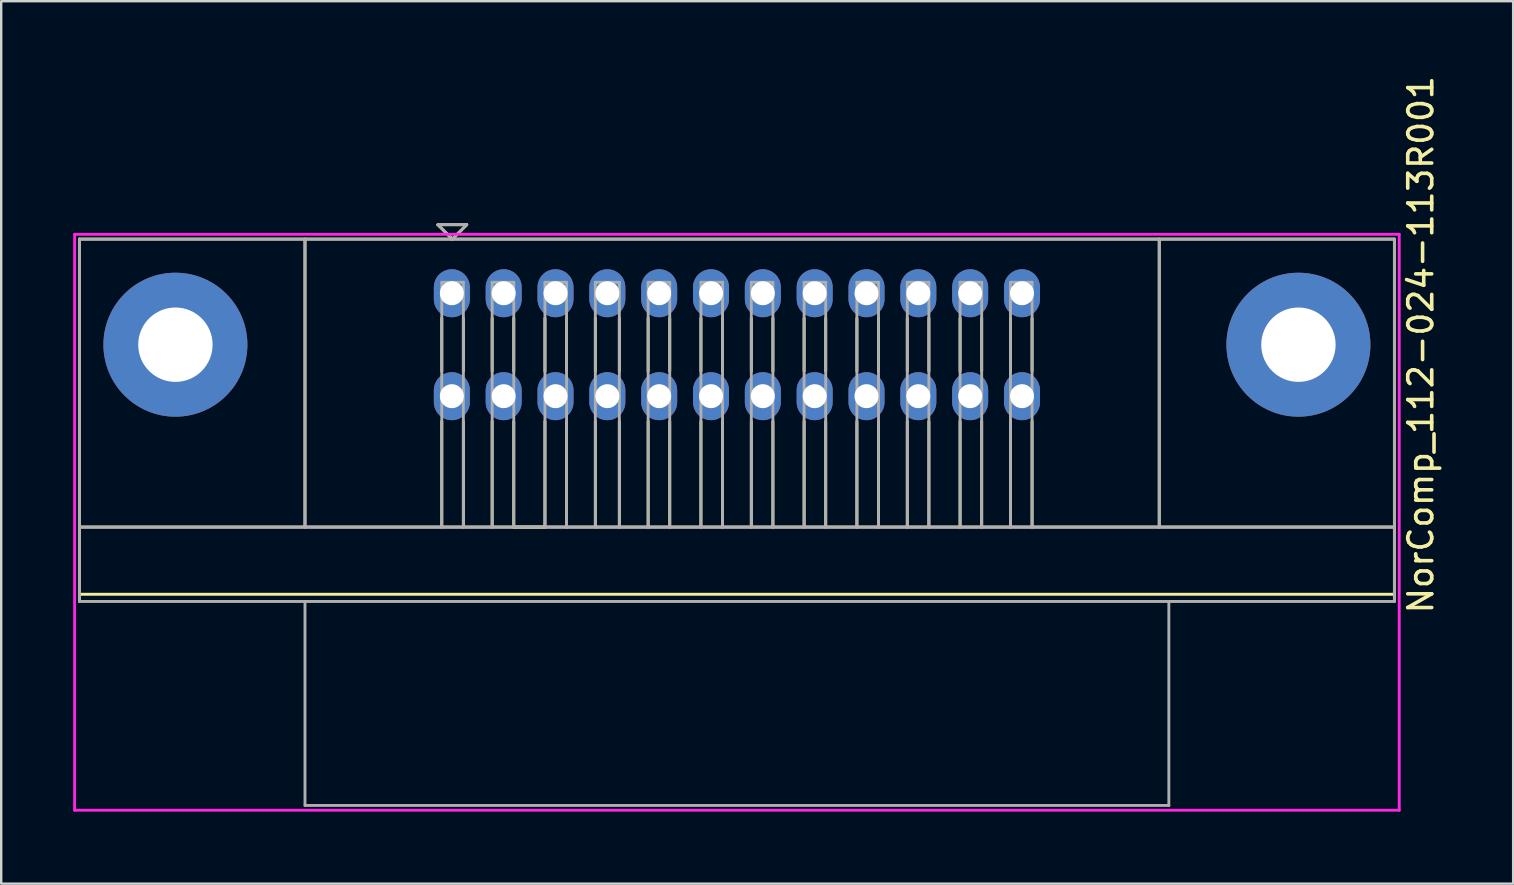
<source format=kicad_pcb>
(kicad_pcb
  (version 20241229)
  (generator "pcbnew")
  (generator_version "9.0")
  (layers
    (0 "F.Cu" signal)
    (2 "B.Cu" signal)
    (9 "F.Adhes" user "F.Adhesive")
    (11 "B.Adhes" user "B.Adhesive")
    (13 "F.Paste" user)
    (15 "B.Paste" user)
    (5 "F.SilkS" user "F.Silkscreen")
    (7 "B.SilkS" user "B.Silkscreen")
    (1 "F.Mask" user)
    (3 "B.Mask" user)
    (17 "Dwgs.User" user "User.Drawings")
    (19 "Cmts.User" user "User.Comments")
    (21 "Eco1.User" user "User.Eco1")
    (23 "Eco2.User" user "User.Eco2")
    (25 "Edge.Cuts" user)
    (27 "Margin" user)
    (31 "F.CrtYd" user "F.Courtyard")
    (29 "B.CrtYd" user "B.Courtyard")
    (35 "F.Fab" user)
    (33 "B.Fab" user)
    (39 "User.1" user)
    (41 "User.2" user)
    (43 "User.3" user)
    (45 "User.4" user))
  (footprint "NorComp_112-024-113R001"
    (layer "F.Cu")
    (at 27.66 11.315)
    (property "Reference" "NorComp_112-024-113R001" (at 28.5 0 90) (layer "F.SilkS") (effects (font (size 1 1) (thickness 0.15))))
    (attr through_hole)
    (fp_line (start -27.4 -4.4) (end 27.4 -4.4) (stroke (width 0.12) (type solid)) (layer "F.SilkS"))
    (fp_line (start -27.4 7.6) (end 27.4 7.6) (stroke (width 0.12) (type solid)) (layer "F.SilkS"))
    (fp_line (start -27.4 10.4) (end 27.4 10.4) (stroke (width 0.12) (type solid)) (layer "F.SilkS"))
    (fp_line (start -27.4 10.7) (end -27.4 -4.4) (stroke (width 0.12) (type solid)) (layer "F.SilkS"))
    (fp_line (start -18 7.6) (end -18 -4.4) (stroke (width 0.12) (type solid)) (layer "F.SilkS"))
    (fp_line (start -12.46 -5) (end -11.26 -5) (stroke (width 0.12) (type solid)) (layer "F.SilkS"))
    (fp_line (start -12.3 -1.1) (end -12.3 1.1) (stroke (width 0.12) (type solid)) (layer "F.SilkS"))
    (fp_line (start -12.3 7.6) (end -12.3 3.2) (stroke (width 0.12) (type solid)) (layer "F.SilkS"))
    (fp_line (start -11.86 -4.4) (end -12.46 -5) (stroke (width 0.12) (type solid)) (layer "F.SilkS"))
    (fp_line (start -11.4 1.1) (end -11.4 -1.1) (stroke (width 0.12) (type solid)) (layer "F.SilkS"))
    (fp_line (start -11.4 3.2) (end -11.4 7.6) (stroke (width 0.12) (type solid)) (layer "F.SilkS"))
    (fp_line (start -11.26 -5) (end -11.86 -4.4) (stroke (width 0.12) (type solid)) (layer "F.SilkS"))
    (fp_line (start -10.2 -1.1) (end -10.2 1.1) (stroke (width 0.12) (type solid)) (layer "F.SilkS"))
    (fp_line (start -10.2 7.6) (end -10.2 3.2) (stroke (width 0.12) (type solid)) (layer "F.SilkS"))
    (fp_line (start -9.3 1.1) (end -9.3 -1.1) (stroke (width 0.12) (type solid)) (layer "F.SilkS"))
    (fp_line (start -9.3 3.2) (end -9.3 7.6) (stroke (width 0.12) (type solid)) (layer "F.SilkS"))
    (fp_line (start -9.3 7.6) (end -8 7.6) (stroke (width 0.12) (type solid)) (layer "F.SilkS"))
    (fp_line (start -8 -1.1) (end -8 1.1) (stroke (width 0.12) (type solid)) (layer "F.SilkS"))
    (fp_line (start -8 7.6) (end -8 3.2) (stroke (width 0.12) (type solid)) (layer "F.SilkS"))
    (fp_line (start -7.1 1.1) (end -7.1 -1.1) (stroke (width 0.12) (type solid)) (layer "F.SilkS"))
    (fp_line (start -7.1 3.2) (end -7.1 7.6) (stroke (width 0.12) (type solid)) (layer "F.SilkS"))
    (fp_line (start -5.9 -1.1) (end -5.9 1.1) (stroke (width 0.12) (type solid)) (layer "F.SilkS"))
    (fp_line (start -5.9 7.6) (end -5.9 3.2) (stroke (width 0.12) (type solid)) (layer "F.SilkS"))
    (fp_line (start -4.9 1.1) (end -4.9 -1.1) (stroke (width 0.12) (type solid)) (layer "F.SilkS"))
    (fp_line (start -4.9 3.2) (end -4.9 7.6) (stroke (width 0.12) (type solid)) (layer "F.SilkS"))
    (fp_line (start -3.7 -1.1) (end -3.7 1.1) (stroke (width 0.12) (type solid)) (layer "F.SilkS"))
    (fp_line (start -3.7 7.6) (end -3.7 3.2) (stroke (width 0.12) (type solid)) (layer "F.SilkS"))
    (fp_line (start -2.8 1.1) (end -2.8 -1.1) (stroke (width 0.12) (type solid)) (layer "F.SilkS"))
    (fp_line (start -2.8 3.2) (end -2.8 7.6) (stroke (width 0.12) (type solid)) (layer "F.SilkS"))
    (fp_line (start -1.5 -1.1) (end -1.5 1.1) (stroke (width 0.12) (type solid)) (layer "F.SilkS"))
    (fp_line (start -1.5 7.6) (end -1.5 3.2) (stroke (width 0.12) (type solid)) (layer "F.SilkS"))
    (fp_line (start -0.6 1.1) (end -0.6 -1.1) (stroke (width 0.12) (type solid)) (layer "F.SilkS"))
    (fp_line (start -0.6 3.2) (end -0.6 7.6) (stroke (width 0.12) (type solid)) (layer "F.SilkS"))
    (fp_line (start 0.6 -1.1) (end 0.6 1.1) (stroke (width 0.12) (type solid)) (layer "F.SilkS"))
    (fp_line (start 0.6 7.6) (end 0.6 3.2) (stroke (width 0.12) (type solid)) (layer "F.SilkS"))
    (fp_line (start 1.5 1.1) (end 1.5 -1.1) (stroke (width 0.12) (type solid)) (layer "F.SilkS"))
    (fp_line (start 1.5 3.2) (end 1.5 7.6) (stroke (width 0.12) (type solid)) (layer "F.SilkS"))
    (fp_line (start 2.8 -1.1) (end 2.8 1.1) (stroke (width 0.12) (type solid)) (layer "F.SilkS"))
    (fp_line (start 2.8 7.6) (end 2.8 3.2) (stroke (width 0.12) (type solid)) (layer "F.SilkS"))
    (fp_line (start 3.7 1.1) (end 3.7 -1.1) (stroke (width 0.12) (type solid)) (layer "F.SilkS"))
    (fp_line (start 3.7 3.2) (end 3.7 7.6) (stroke (width 0.12) (type solid)) (layer "F.SilkS"))
    (fp_line (start 5 -1.1) (end 5 1.1) (stroke (width 0.12) (type solid)) (layer "F.SilkS"))
    (fp_line (start 5 7.6) (end 5 3.2) (stroke (width 0.12) (type solid)) (layer "F.SilkS"))
    (fp_line (start 5.9 1.1) (end 5.9 -1.1) (stroke (width 0.12) (type solid)) (layer "F.SilkS"))
    (fp_line (start 5.9 3.2) (end 5.9 7.6) (stroke (width 0.12) (type solid)) (layer "F.SilkS"))
    (fp_line (start 7.1 -1.1) (end 7.1 1.1) (stroke (width 0.12) (type solid)) (layer "F.SilkS"))
    (fp_line (start 7.1 7.6) (end 7.1 3.2) (stroke (width 0.12) (type solid)) (layer "F.SilkS"))
    (fp_line (start 8 1.1) (end 8 -1.1) (stroke (width 0.12) (type solid)) (layer "F.SilkS"))
    (fp_line (start 8 3.2) (end 8 7.6) (stroke (width 0.12) (type solid)) (layer "F.SilkS"))
    (fp_line (start 9.3 -1.1) (end 9.3 1.1) (stroke (width 0.12) (type solid)) (layer "F.SilkS"))
    (fp_line (start 9.3 7.6) (end 9.3 3.2) (stroke (width 0.12) (type solid)) (layer "F.SilkS"))
    (fp_line (start 10.2 1.1) (end 10.2 -1.1) (stroke (width 0.12) (type solid)) (layer "F.SilkS"))
    (fp_line (start 10.2 3.2) (end 10.2 7.6) (stroke (width 0.12) (type solid)) (layer "F.SilkS"))
    (fp_line (start 11.4 -1.1) (end 11.4 1.1) (stroke (width 0.12) (type solid)) (layer "F.SilkS"))
    (fp_line (start 11.4 7.6) (end 11.4 3.2) (stroke (width 0.12) (type solid)) (layer "F.SilkS"))
    (fp_line (start 12.3 1.1) (end 12.3 -1.1) (stroke (width 0.12) (type solid)) (layer "F.SilkS"))
    (fp_line (start 12.3 3.2) (end 12.3 7.6) (stroke (width 0.12) (type solid)) (layer "F.SilkS"))
    (fp_line (start 17.6 7.6) (end 17.6 -4.4) (stroke (width 0.12) (type solid)) (layer "F.SilkS"))
    (fp_line (start 27.4 -4.4) (end 27.4 10.7) (stroke (width 0.12) (type solid)) (layer "F.SilkS"))
    (fp_line (start -27.6 -4.6) (end 27.6 -4.6) (stroke (width 0.12) (type solid)) (layer "F.CrtYd"))
    (fp_line (start -27.6 19.4) (end -27.6 -4.6) (stroke (width 0.12) (type solid)) (layer "F.CrtYd"))
    (fp_line (start 27.6 -4.6) (end 27.6 19.4) (stroke (width 0.12) (type solid)) (layer "F.CrtYd"))
    (fp_line (start 27.6 19.4) (end -27.6 19.4) (stroke (width 0.12) (type solid)) (layer "F.CrtYd"))
    (fp_line (start -27.4 -4.4) (end -27.4 10.7) (stroke (width 0.12) (type solid)) (layer "F.Fab"))
    (fp_line (start -27.4 7.6) (end 27.4 7.6) (stroke (width 0.12) (type solid)) (layer "F.Fab"))
    (fp_line (start -27.4 10.7) (end 27.4 10.7) (stroke (width 0.12) (type solid)) (layer "F.Fab"))
    (fp_line (start -18 7.6) (end -18 -4.4) (stroke (width 0.12) (type solid)) (layer "F.Fab"))
    (fp_line (start -18 10.7) (end -18 19.2) (stroke (width 0.12) (type solid)) (layer "F.Fab"))
    (fp_line (start -18 19.2) (end 18 19.2) (stroke (width 0.12) (type solid)) (layer "F.Fab"))
    (fp_line (start -12.46 -5) (end -11.26 -5) (stroke (width 0.12) (type solid)) (layer "F.Fab"))
    (fp_line (start -12.3 -2.6) (end -11.4 -2.6) (stroke (width 0.12) (type solid)) (layer "F.Fab"))
    (fp_line (start -12.3 7.6) (end -12.3 -2.6) (stroke (width 0.12) (type solid)) (layer "F.Fab"))
    (fp_line (start -11.86 -4.4) (end -12.46 -5) (stroke (width 0.12) (type solid)) (layer "F.Fab"))
    (fp_line (start -11.4 -2.6) (end -11.4 7.6) (stroke (width 0.12) (type solid)) (layer "F.Fab"))
    (fp_line (start -11.26 -5) (end -11.86 -4.4) (stroke (width 0.12) (type solid)) (layer "F.Fab"))
    (fp_line (start -10.2 -2.6) (end -9.3 -2.6) (stroke (width 0.12) (type solid)) (layer "F.Fab"))
    (fp_line (start -10.2 7.6) (end -10.2 -2.6) (stroke (width 0.12) (type solid)) (layer "F.Fab"))
    (fp_line (start -9.3 -2.6) (end -9.3 7.6) (stroke (width 0.12) (type solid)) (layer "F.Fab"))
    (fp_line (start -8 -2.6) (end -7.1 -2.6) (stroke (width 0.12) (type solid)) (layer "F.Fab"))
    (fp_line (start -8 7.6) (end -8 -2.6) (stroke (width 0.12) (type solid)) (layer "F.Fab"))
    (fp_line (start -7.1 -2.6) (end -7.1 7.6) (stroke (width 0.12) (type solid)) (layer "F.Fab"))
    (fp_line (start -5.9 -2.6) (end -4.9 -2.6) (stroke (width 0.12) (type solid)) (layer "F.Fab"))
    (fp_line (start -5.9 7.5) (end -5.9 -2.6) (stroke (width 0.12) (type solid)) (layer "F.Fab"))
    (fp_line (start -4.9 -2.6) (end -4.9 7.6) (stroke (width 0.12) (type solid)) (layer "F.Fab"))
    (fp_line (start -3.7 -2.6) (end -2.8 -2.6) (stroke (width 0.12) (type solid)) (layer "F.Fab"))
    (fp_line (start -3.7 7.6) (end -3.7 -2.6) (stroke (width 0.12) (type solid)) (layer "F.Fab"))
    (fp_line (start -2.8 -2.6) (end -2.8 7.6) (stroke (width 0.12) (type solid)) (layer "F.Fab"))
    (fp_line (start -1.5 -2.6) (end -0.6 -2.6) (stroke (width 0.12) (type solid)) (layer "F.Fab"))
    (fp_line (start -1.5 7.6) (end -1.5 -2.6) (stroke (width 0.12) (type solid)) (layer "F.Fab"))
    (fp_line (start -0.6 -2.6) (end -0.6 7.6) (stroke (width 0.12) (type solid)) (layer "F.Fab"))
    (fp_line (start 0.6 -2.6) (end 1.5 -2.6) (stroke (width 0.12) (type solid)) (layer "F.Fab"))
    (fp_line (start 0.6 7.6) (end 0.6 -2.6) (stroke (width 0.12) (type solid)) (layer "F.Fab"))
    (fp_line (start 1.5 -2.6) (end 1.5 7.6) (stroke (width 0.12) (type solid)) (layer "F.Fab"))
    (fp_line (start 2.8 -2.6) (end 3.7 -2.6) (stroke (width 0.12) (type solid)) (layer "F.Fab"))
    (fp_line (start 2.8 7.6) (end 2.8 -2.6) (stroke (width 0.12) (type solid)) (layer "F.Fab"))
    (fp_line (start 3.7 -2.6) (end 3.7 7.6) (stroke (width 0.12) (type solid)) (layer "F.Fab"))
    (fp_line (start 5 -2.6) (end 5.9 -2.6) (stroke (width 0.12) (type solid)) (layer "F.Fab"))
    (fp_line (start 5 7.6) (end 5 -2.6) (stroke (width 0.12) (type solid)) (layer "F.Fab"))
    (fp_line (start 5.9 -2.6) (end 5.9 7.6) (stroke (width 0.12) (type solid)) (layer "F.Fab"))
    (fp_line (start 7.1 -2.6) (end 8 -2.6) (stroke (width 0.12) (type solid)) (layer "F.Fab"))
    (fp_line (start 7.1 7.6) (end 7.1 -2.6) (stroke (width 0.12) (type solid)) (layer "F.Fab"))
    (fp_line (start 8 -2.6) (end 8 7.6) (stroke (width 0.12) (type solid)) (layer "F.Fab"))
    (fp_line (start 9.3 -2.6) (end 10.2 -2.6) (stroke (width 0.12) (type solid)) (layer "F.Fab"))
    (fp_line (start 9.3 7.6) (end 9.3 -2.6) (stroke (width 0.12) (type solid)) (layer "F.Fab"))
    (fp_line (start 10.2 -2.6) (end 10.2 7.6) (stroke (width 0.12) (type solid)) (layer "F.Fab"))
    (fp_line (start 11.4 -2.6) (end 12.3 -2.6) (stroke (width 0.12) (type solid)) (layer "F.Fab"))
    (fp_line (start 11.4 7.6) (end 11.4 -2.6) (stroke (width 0.12) (type solid)) (layer "F.Fab"))
    (fp_line (start 12.3 -2.6) (end 12.3 7.6) (stroke (width 0.12) (type solid)) (layer "F.Fab"))
    (fp_line (start 17.6 7.6) (end 17.6 -4.4) (stroke (width 0.12) (type solid)) (layer "F.Fab"))
    (fp_line (start 18 19.2) (end 18 10.7) (stroke (width 0.12) (type solid)) (layer "F.Fab"))
    (fp_line (start 27.4 -4.4) (end -27.4 -4.4) (stroke (width 0.12) (type solid)) (layer "F.Fab"))
    (fp_line (start 27.4 10.7) (end 27.4 -4.4) (stroke (width 0.12) (type solid)) (layer "F.Fab"))
    (pad "1" thru_hole oval (at -11.88 -2.145 180) (size 1.5 2) (drill 1) (layers "*.Cu" "*.Mask"))
    (pad "2" thru_hole oval (at -9.72 -2.145 180) (size 1.5 2) (drill 1) (layers "*.Cu" "*.Mask"))
    (pad "3" thru_hole oval (at -7.56 -2.145 180) (size 1.5 2) (drill 1) (layers "*.Cu" "*.Mask"))
    (pad "4" thru_hole oval (at -5.4 -2.145 180) (size 1.5 2) (drill 1) (layers "*.Cu" "*.Mask"))
    (pad "5" thru_hole oval (at -3.24 -2.145 180) (size 1.5 2) (drill 1) (layers "*.Cu" "*.Mask"))
    (pad "6" thru_hole oval (at -1.08 -2.145 180) (size 1.5 2) (drill 1) (layers "*.Cu" "*.Mask"))
    (pad "7" thru_hole oval (at 1.08 -2.145 180) (size 1.5 2) (drill 1) (layers "*.Cu" "*.Mask"))
    (pad "8" thru_hole oval (at 3.24 -2.145 180) (size 1.5 2) (drill 1) (layers "*.Cu" "*.Mask"))
    (pad "9" thru_hole oval (at 5.4 -2.145 180) (size 1.5 2) (drill 1) (layers "*.Cu" "*.Mask"))
    (pad "10" thru_hole oval (at 7.56 -2.145 180) (size 1.5 2) (drill 1) (layers "*.Cu" "*.Mask"))
    (pad "11" thru_hole oval (at 9.72 -2.145 180) (size 1.5 2) (drill 1) (layers "*.Cu" "*.Mask"))
    (pad "12" thru_hole oval (at 11.88 -2.145 180) (size 1.5 2) (drill 1) (layers "*.Cu" "*.Mask"))
    (pad "13" thru_hole oval (at -11.88 2.145 180) (size 1.5 2) (drill 1) (layers "*.Cu" "*.Mask"))
    (pad "14" thru_hole oval (at -9.72 2.145 180) (size 1.5 2) (drill 1) (layers "*.Cu" "*.Mask"))
    (pad "15" thru_hole oval (at -7.56 2.145 180) (size 1.5 2) (drill 1) (layers "*.Cu" "*.Mask"))
    (pad "16" thru_hole oval (at -5.4 2.145 180) (size 1.5 2) (drill 1) (layers "*.Cu" "*.Mask"))
    (pad "17" thru_hole oval (at -3.24 2.145 180) (size 1.5 2) (drill 1) (layers "*.Cu" "*.Mask"))
    (pad "18" thru_hole oval (at -1.08 2.145 180) (size 1.5 2) (drill 1) (layers "*.Cu" "*.Mask"))
    (pad "19" thru_hole oval (at 1.08 2.145 180) (size 1.5 2) (drill 1) (layers "*.Cu" "*.Mask"))
    (pad "20" thru_hole oval (at 3.24 2.145 180) (size 1.5 2) (drill 1) (layers "*.Cu" "*.Mask"))
    (pad "21" thru_hole oval (at 5.4 2.145 180) (size 1.5 2) (drill 1) (layers "*.Cu" "*.Mask"))
    (pad "22" thru_hole oval (at 7.56 2.145 180) (size 1.5 2) (drill 1) (layers "*.Cu" "*.Mask"))
    (pad "23" thru_hole oval (at 9.72 2.145 180) (size 1.5 2) (drill 1) (layers "*.Cu" "*.Mask"))
    (pad "24" thru_hole oval (at 11.88 2.145 180) (size 1.5 2) (drill 1) (layers "*.Cu" "*.Mask"))
    (pad "25" thru_hole circle (at -23.4 0) (size 6 6) (drill 3.1) (layers "*.Cu" "*.Mask"))
    (pad "25" thru_hole circle (at 23.4 0) (size 6 6) (drill 3.1) (layers "*.Cu" "*.Mask")))
  (gr_rect
    (start -3 -3)
    (end 60.008 33.775)
    (stroke (width 0.1) (type default))
    (fill no)
    (layer "Edge.Cuts")))
</source>
